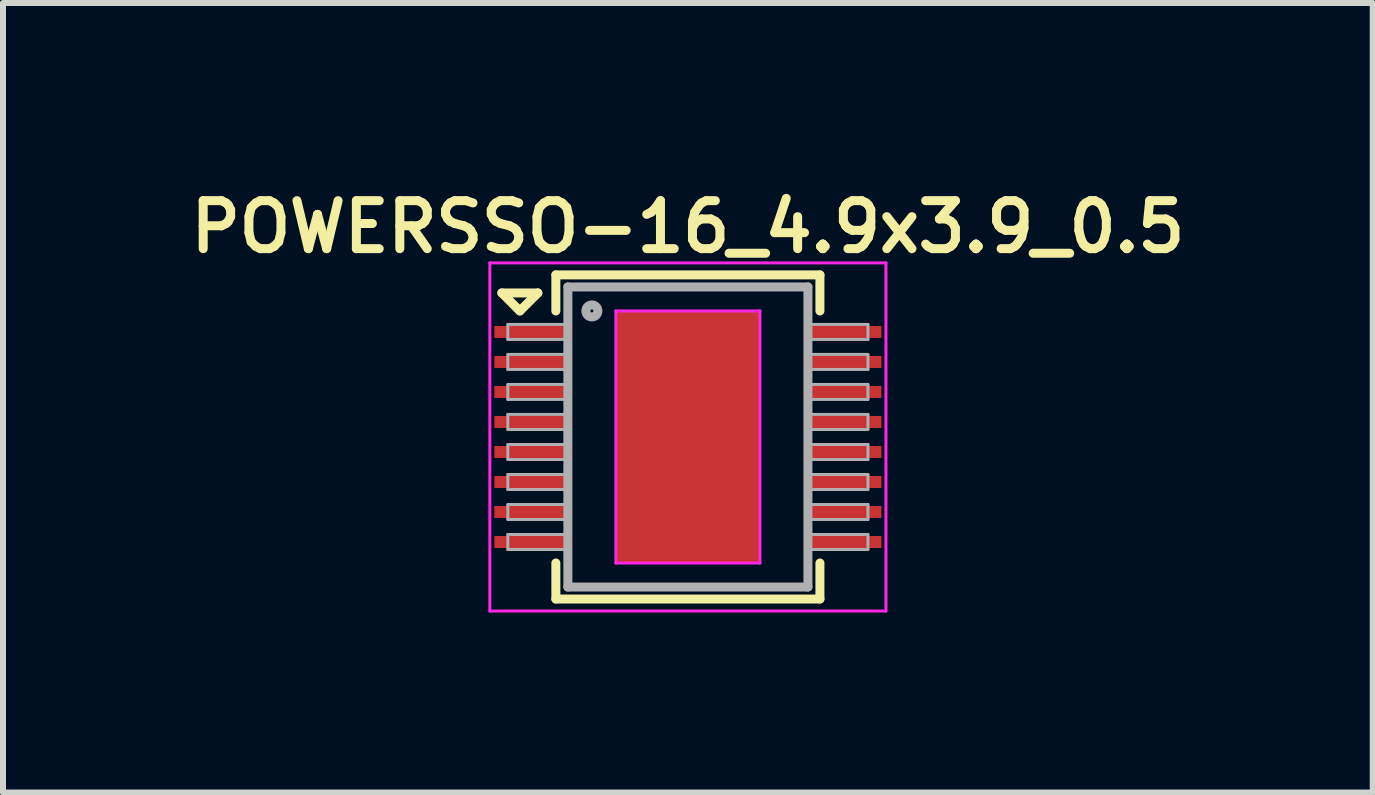
<source format=kicad_pcb>
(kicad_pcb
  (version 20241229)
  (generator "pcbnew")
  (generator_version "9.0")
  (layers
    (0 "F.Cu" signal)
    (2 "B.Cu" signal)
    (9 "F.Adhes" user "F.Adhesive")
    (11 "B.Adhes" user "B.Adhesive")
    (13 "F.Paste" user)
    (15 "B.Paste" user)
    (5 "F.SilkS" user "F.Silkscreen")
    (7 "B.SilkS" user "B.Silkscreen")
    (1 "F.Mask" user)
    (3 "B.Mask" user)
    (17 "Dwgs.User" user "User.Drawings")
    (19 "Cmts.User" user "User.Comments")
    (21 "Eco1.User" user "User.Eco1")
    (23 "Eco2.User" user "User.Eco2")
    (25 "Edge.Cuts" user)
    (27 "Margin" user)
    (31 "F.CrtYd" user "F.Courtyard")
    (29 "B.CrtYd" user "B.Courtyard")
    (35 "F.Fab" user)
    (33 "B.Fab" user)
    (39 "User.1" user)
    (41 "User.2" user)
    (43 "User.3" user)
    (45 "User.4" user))
  (footprint "POWERSSO-16_4.9x3.9_0.5"
    (layer "F.Cu")
    (at 8.412 4.231)
    (property "Reference" "POWERSSO-16_4.9x3.9_0.5" (at 0 -3.5 0) (layer "F.SilkS") (effects (font (size 0.8 0.8) (thickness 0.15))))
    (attr smd)
    (fp_line (start -3.1 -2.4) (end -2.5 -2.4) (stroke (width 0.15) (type solid)) (layer "F.SilkS"))
    (fp_line (start -2.8 -2.1) (end -3.1 -2.4) (stroke (width 0.15) (type solid)) (layer "F.SilkS"))
    (fp_line (start -2.5 -2.4) (end -2.8 -2.1) (stroke (width 0.15) (type solid)) (layer "F.SilkS"))
    (fp_line (start -2.2 -2.7) (end 2.2 -2.7) (stroke (width 0.15) (type solid)) (layer "F.SilkS"))
    (fp_line (start -2.2 -2.1) (end -2.2 -2.7) (stroke (width 0.15) (type solid)) (layer "F.SilkS"))
    (fp_line (start -2.2 2.7) (end -2.2 2.1) (stroke (width 0.15) (type solid)) (layer "F.SilkS"))
    (fp_line (start -2.2 2.7) (end 2.2 2.7) (stroke (width 0.15) (type solid)) (layer "F.SilkS"))
    (fp_line (start 2.2 -2.1) (end 2.2 -2.7) (stroke (width 0.15) (type solid)) (layer "F.SilkS"))
    (fp_line (start 2.2 2.7) (end 2.2 2.1) (stroke (width 0.15) (type solid)) (layer "F.SilkS"))
    (fp_line (start -3.3 -2.9) (end -3.3 2.9) (stroke (width 0.05) (type solid)) (layer "F.CrtYd"))
    (fp_line (start -3.3 2.9) (end 3.3 2.9) (stroke (width 0.05) (type solid)) (layer "F.CrtYd"))
    (fp_line (start -1.2 -2.1) (end 1.2 -2.1) (stroke (width 0.05) (type solid)) (layer "F.CrtYd"))
    (fp_line (start -1.2 2.1) (end -1.2 -2.1) (stroke (width 0.05) (type solid)) (layer "F.CrtYd"))
    (fp_line (start 1.2 -2.1) (end 1.2 2.1) (stroke (width 0.05) (type solid)) (layer "F.CrtYd"))
    (fp_line (start 1.2 2.1) (end -1.2 2.1) (stroke (width 0.05) (type solid)) (layer "F.CrtYd"))
    (fp_line (start 3.3 -2.9) (end -3.3 -2.9) (stroke (width 0.05) (type solid)) (layer "F.CrtYd"))
    (fp_line (start 3.3 2.9) (end 3.3 -2.9) (stroke (width 0.05) (type solid)) (layer "F.CrtYd"))
    (fp_line (start -3 -1.875) (end -3 -1.625) (stroke (width 0.05) (type solid)) (layer "F.Fab"))
    (fp_line (start -3 -1.625) (end -2 -1.625) (stroke (width 0.05) (type solid)) (layer "F.Fab"))
    (fp_line (start -3 -1.375) (end -3 -1.125) (stroke (width 0.05) (type solid)) (layer "F.Fab"))
    (fp_line (start -3 -1.125) (end -2 -1.125) (stroke (width 0.05) (type solid)) (layer "F.Fab"))
    (fp_line (start -3 -0.875) (end -3 -0.625) (stroke (width 0.05) (type solid)) (layer "F.Fab"))
    (fp_line (start -3 -0.625) (end -2 -0.625) (stroke (width 0.05) (type solid)) (layer "F.Fab"))
    (fp_line (start -3 -0.375) (end -3 -0.125) (stroke (width 0.05) (type solid)) (layer "F.Fab"))
    (fp_line (start -3 -0.125) (end -2 -0.125) (stroke (width 0.05) (type solid)) (layer "F.Fab"))
    (fp_line (start -3 0.125) (end -3 0.375) (stroke (width 0.05) (type solid)) (layer "F.Fab"))
    (fp_line (start -3 0.375) (end -2 0.375) (stroke (width 0.05) (type solid)) (layer "F.Fab"))
    (fp_line (start -3 0.625) (end -3 0.875) (stroke (width 0.05) (type solid)) (layer "F.Fab"))
    (fp_line (start -3 0.875) (end -2 0.875) (stroke (width 0.05) (type solid)) (layer "F.Fab"))
    (fp_line (start -3 1.125) (end -3 1.375) (stroke (width 0.05) (type solid)) (layer "F.Fab"))
    (fp_line (start -3 1.375) (end -2 1.375) (stroke (width 0.05) (type solid)) (layer "F.Fab"))
    (fp_line (start -3 1.625) (end -3 1.875) (stroke (width 0.05) (type solid)) (layer "F.Fab"))
    (fp_line (start -3 1.875) (end -2 1.875) (stroke (width 0.05) (type solid)) (layer "F.Fab"))
    (fp_line (start -2 -2.5) (end 2 -2.5) (stroke (width 0.15) (type solid)) (layer "F.Fab"))
    (fp_line (start -2 -1.875) (end -3 -1.875) (stroke (width 0.05) (type solid)) (layer "F.Fab"))
    (fp_line (start -2 -1.375) (end -3 -1.375) (stroke (width 0.05) (type solid)) (layer "F.Fab"))
    (fp_line (start -2 -0.875) (end -3 -0.875) (stroke (width 0.05) (type solid)) (layer "F.Fab"))
    (fp_line (start -2 -0.375) (end -3 -0.375) (stroke (width 0.05) (type solid)) (layer "F.Fab"))
    (fp_line (start -2 0.125) (end -3 0.125) (stroke (width 0.05) (type solid)) (layer "F.Fab"))
    (fp_line (start -2 0.625) (end -3 0.625) (stroke (width 0.05) (type solid)) (layer "F.Fab"))
    (fp_line (start -2 1.125) (end -3 1.125) (stroke (width 0.05) (type solid)) (layer "F.Fab"))
    (fp_line (start -2 1.625) (end -3 1.625) (stroke (width 0.05) (type solid)) (layer "F.Fab"))
    (fp_line (start -2 2.5) (end -2 -2.5) (stroke (width 0.15) (type solid)) (layer "F.Fab"))
    (fp_line (start 2 -2.5) (end 2 2.5) (stroke (width 0.15) (type solid)) (layer "F.Fab"))
    (fp_line (start 2 -1.625) (end 3 -1.625) (stroke (width 0.05) (type solid)) (layer "F.Fab"))
    (fp_line (start 2 -1.125) (end 3 -1.125) (stroke (width 0.05) (type solid)) (layer "F.Fab"))
    (fp_line (start 2 -0.625) (end 3 -0.625) (stroke (width 0.05) (type solid)) (layer "F.Fab"))
    (fp_line (start 2 -0.125) (end 3 -0.125) (stroke (width 0.05) (type solid)) (layer "F.Fab"))
    (fp_line (start 2 0.375) (end 3 0.375) (stroke (width 0.05) (type solid)) (layer "F.Fab"))
    (fp_line (start 2 0.875) (end 3 0.875) (stroke (width 0.05) (type solid)) (layer "F.Fab"))
    (fp_line (start 2 1.375) (end 3 1.375) (stroke (width 0.05) (type solid)) (layer "F.Fab"))
    (fp_line (start 2 1.875) (end 3 1.875) (stroke (width 0.05) (type solid)) (layer "F.Fab"))
    (fp_line (start 2 2.5) (end -2 2.5) (stroke (width 0.15) (type solid)) (layer "F.Fab"))
    (fp_line (start 3 -1.875) (end 2 -1.875) (stroke (width 0.05) (type solid)) (layer "F.Fab"))
    (fp_line (start 3 -1.625) (end 3 -1.875) (stroke (width 0.05) (type solid)) (layer "F.Fab"))
    (fp_line (start 3 -1.375) (end 2 -1.375) (stroke (width 0.05) (type solid)) (layer "F.Fab"))
    (fp_line (start 3 -1.125) (end 3 -1.375) (stroke (width 0.05) (type solid)) (layer "F.Fab"))
    (fp_line (start 3 -0.875) (end 2 -0.875) (stroke (width 0.05) (type solid)) (layer "F.Fab"))
    (fp_line (start 3 -0.625) (end 3 -0.875) (stroke (width 0.05) (type solid)) (layer "F.Fab"))
    (fp_line (start 3 -0.375) (end 2 -0.375) (stroke (width 0.05) (type solid)) (layer "F.Fab"))
    (fp_line (start 3 -0.125) (end 3 -0.375) (stroke (width 0.05) (type solid)) (layer "F.Fab"))
    (fp_line (start 3 0.125) (end 2 0.125) (stroke (width 0.05) (type solid)) (layer "F.Fab"))
    (fp_line (start 3 0.375) (end 3 0.125) (stroke (width 0.05) (type solid)) (layer "F.Fab"))
    (fp_line (start 3 0.625) (end 2 0.625) (stroke (width 0.05) (type solid)) (layer "F.Fab"))
    (fp_line (start 3 0.875) (end 3 0.625) (stroke (width 0.05) (type solid)) (layer "F.Fab"))
    (fp_line (start 3 1.125) (end 2 1.125) (stroke (width 0.05) (type solid)) (layer "F.Fab"))
    (fp_line (start 3 1.375) (end 3 1.125) (stroke (width 0.05) (type solid)) (layer "F.Fab"))
    (fp_line (start 3 1.625) (end 2 1.625) (stroke (width 0.05) (type solid)) (layer "F.Fab"))
    (fp_line (start 3 1.875) (end 3 1.625) (stroke (width 0.05) (type solid)) (layer "F.Fab"))
    (fp_circle (center -1.6 -2.1) (end -1.5 -2.1) (stroke (width 0.15) (type solid)) (fill no) (layer "F.Fab"))
    (pad "1" smd rect (at -2.6 -1.75) (size 1.25 0.2) (layers "F.Cu" "F.Mask" "F.Paste"))
    (pad "2" smd rect (at -2.6 -1.25) (size 1.25 0.2) (layers "F.Cu" "F.Mask" "F.Paste"))
    (pad "3" smd rect (at -2.6 -0.75) (size 1.25 0.2) (layers "F.Cu" "F.Mask" "F.Paste"))
    (pad "4" smd rect (at -2.6 -0.25) (size 1.25 0.2) (layers "F.Cu" "F.Mask" "F.Paste"))
    (pad "5" smd rect (at -2.6 0.25) (size 1.25 0.2) (layers "F.Cu" "F.Mask" "F.Paste"))
    (pad "6" smd rect (at -2.6 0.75) (size 1.25 0.2) (layers "F.Cu" "F.Mask" "F.Paste"))
    (pad "7" smd rect (at -2.6 1.25) (size 1.25 0.2) (layers "F.Cu" "F.Mask" "F.Paste"))
    (pad "8" smd rect (at -2.6 1.75) (size 1.25 0.2) (layers "F.Cu" "F.Mask" "F.Paste"))
    (pad "9" smd rect (at 2.6 1.75) (size 1.25 0.2) (layers "F.Cu" "F.Mask" "F.Paste"))
    (pad "10" smd rect (at 2.6 1.25) (size 1.25 0.2) (layers "F.Cu" "F.Mask" "F.Paste"))
    (pad "11" smd rect (at 2.6 0.75) (size 1.25 0.2) (layers "F.Cu" "F.Mask" "F.Paste"))
    (pad "12" smd rect (at 2.6 0.25) (size 1.25 0.2) (layers "F.Cu" "F.Mask" "F.Paste"))
    (pad "13" smd rect (at 2.6 -0.25) (size 1.25 0.2) (layers "F.Cu" "F.Mask" "F.Paste"))
    (pad "14" smd rect (at 2.6 -0.75) (size 1.25 0.2) (layers "F.Cu" "F.Mask" "F.Paste"))
    (pad "15" smd rect (at 2.6 -1.25) (size 1.25 0.2) (layers "F.Cu" "F.Mask" "F.Paste"))
    (pad "16" smd rect (at 2.6 -1.75) (size 1.25 0.2) (layers "F.Cu" "F.Mask" "F.Paste"))
    (pad "17" smd rect (at 0 0) (size 2.4 4.2) (layers "F.Cu" "F.Mask" "F.Paste")))
  (gr_rect
    (start -3 -3)
    (end 19.823 10.156)
    (stroke (width 0.1) (type default))
    (fill no)
    (layer "Edge.Cuts")))
</source>
